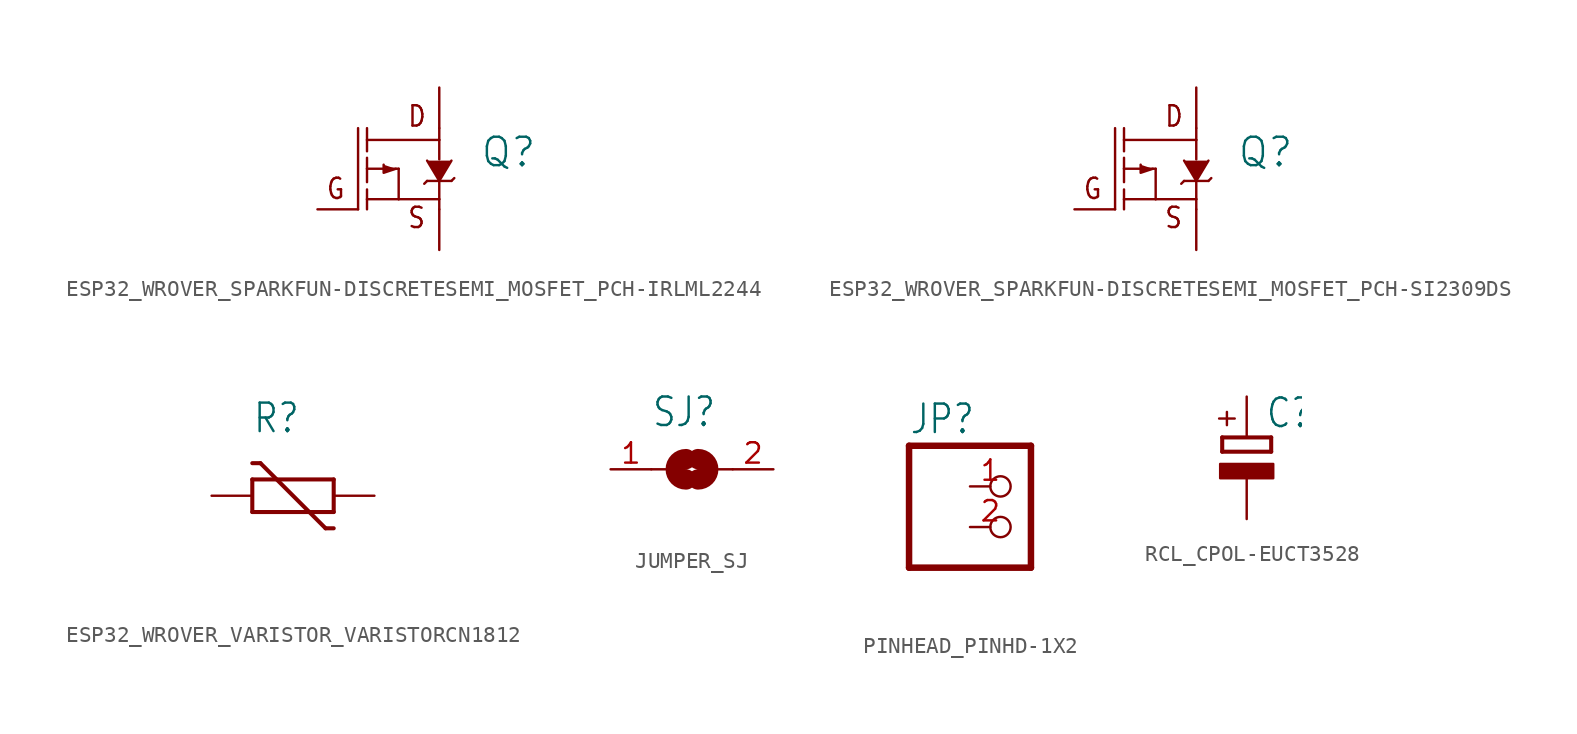
<source format=kicad_sym>
(kicad_symbol_lib
  (version 20220914)
  (generator kicad_symbol_editor)
  (symbol "ESP32_WROVER_SPARKFUN-DISCRETESEMI_MOSFET_PCH-IRLML2244"
    (property "Reference" "Q"
      (at 5.08 0 0)
      (effects (font (size 1.778 1.778)) (justify left bottom)))
    (property "Value" ""
      (at 5.08 -2.54 0)
      (effects (font (size 1.778 1.778)) (justify left bottom)))
    (property "ki_locked" ""
      (at 0 0 0)
      (effects (font (size 1.27 1.27))))
    (symbol "ESP32_WROVER_SPARKFUN-DISCRETESEMI_MOSFET_PCH-IRLML2244_1_0"
      (polyline (pts (xy -2.54 -2.54) (xy -2.54 2.54)) (stroke (width 0.152) (type solid)) (fill (type none)))
      (polyline (pts (xy -1.981 -1.905) (xy -1.981 -2.54)) (stroke (width 0.152) (type solid)) (fill (type none)))
      (polyline (pts (xy -1.981 -1.905) (xy 0 -1.905)) (stroke (width 0.152) (type solid)) (fill (type none)))
      (polyline (pts (xy -1.981 -1.295) (xy -1.981 -1.905)) (stroke (width 0.152) (type solid)) (fill (type none)))
      (polyline (pts (xy -1.981 0) (xy -1.981 -0.838)) (stroke (width 0.152) (type solid)) (fill (type none)))
      (polyline (pts (xy -1.981 0.686) (xy -1.981 0)) (stroke (width 0.152) (type solid)) (fill (type none)))
      (polyline (pts (xy -1.981 1.803) (xy -1.981 1.092)) (stroke (width 0.152) (type solid)) (fill (type none)))
      (polyline (pts (xy -1.981 1.803) (xy 2.54 1.803)) (stroke (width 0.152) (type solid)) (fill (type none)))
      (polyline (pts (xy -1.981 2.54) (xy -1.981 1.803)) (stroke (width 0.152) (type solid)) (fill (type none)))
      (polyline (pts (xy 0 -1.905) (xy 0 0)) (stroke (width 0.152) (type solid)) (fill (type none)))
      (polyline (pts (xy 0 0) (xy -1.981 0)) (stroke (width 0.152) (type solid)) (fill (type none)))
      (polyline (pts (xy 1.778 -0.762) (xy 1.6 -0.94)) (stroke (width 0.152) (type solid)) (fill (type none)))
      (polyline (pts (xy 1.778 -0.762) (xy 3.302 -0.762)) (stroke (width 0.152) (type solid)) (fill (type none)))
      (polyline (pts (xy 2.54 -2.54) (xy 2.54 -1.905)) (stroke (width 0.152) (type solid)) (fill (type none)))
      (polyline (pts (xy 2.54 -1.905) (xy 0 -1.905)) (stroke (width 0.152) (type solid)) (fill (type none)))
      (polyline (pts (xy 2.54 -1.905) (xy 2.54 -0.787)) (stroke (width 0.152) (type solid)) (fill (type none)))
      (polyline (pts (xy 2.54 1.803) (xy 2.54 0.584)) (stroke (width 0.152) (type solid)) (fill (type none)))
      (polyline (pts (xy 2.54 2.54) (xy 2.54 1.803)) (stroke (width 0.152) (type solid)) (fill (type none)))
      (polyline (pts (xy 3.48 -0.584) (xy 3.302 -0.762)) (stroke (width 0.152) (type solid)) (fill (type none)))
      (polyline (pts (xy -0.178 0) (xy -0.94 -0.254) (xy -0.94 0.254)) (stroke (width 0.152) (type solid)) (fill (type outline)))
      (polyline (pts (xy 3.302 0.508) (xy 2.54 -0.762) (xy 1.778 0.508)) (stroke (width 0.152) (type solid)) (fill (type outline)))
      (text "D" (at 0.508 2.54 0) (effects (font (size 1.27 1.079)) (justify left bottom)))
      (text "G" (at -3.302 -0.508 0) (effects (font (size 1.27 1.079)) (justify right top)))
      (text "S" (at 0.508 -3.81 0) (effects (font (size 1.27 1.079)) (justify left bottom)))
      (pin bidirectional line (at -5.08 -2.54 0) (length 2.54) (name "G" (effects (font (size 0 0)))) (number "1" (effects (font (size 0 0)))))
      (pin bidirectional line (at 2.54 -5.08 90) (length 2.54) (name "S" (effects (font (size 0 0)))) (number "2" (effects (font (size 0 0)))))
      (pin bidirectional line (at 2.54 5.08 270) (length 2.54) (name "D" (effects (font (size 0 0)))) (number "3" (effects (font (size 0 0)))))))
  (symbol "ESP32_WROVER_SPARKFUN-DISCRETESEMI_MOSFET_PCH-SI2309DS"
    (property "Reference" "Q"
      (at 5.08 0 0)
      (effects (font (size 1.778 1.778)) (justify left bottom)))
    (property "Value" ""
      (at 5.08 -2.54 0)
      (effects (font (size 1.778 1.778)) (justify left bottom)))
    (property "ki_locked" ""
      (at 0 0 0)
      (effects (font (size 1.27 1.27))))
    (symbol "ESP32_WROVER_SPARKFUN-DISCRETESEMI_MOSFET_PCH-SI2309DS_1_0"
      (polyline (pts (xy -2.54 -2.54) (xy -2.54 2.54)) (stroke (width 0.152) (type solid)) (fill (type none)))
      (polyline (pts (xy -1.981 -1.905) (xy -1.981 -2.54)) (stroke (width 0.152) (type solid)) (fill (type none)))
      (polyline (pts (xy -1.981 -1.905) (xy 0 -1.905)) (stroke (width 0.152) (type solid)) (fill (type none)))
      (polyline (pts (xy -1.981 -1.295) (xy -1.981 -1.905)) (stroke (width 0.152) (type solid)) (fill (type none)))
      (polyline (pts (xy -1.981 0) (xy -1.981 -0.838)) (stroke (width 0.152) (type solid)) (fill (type none)))
      (polyline (pts (xy -1.981 0.686) (xy -1.981 0)) (stroke (width 0.152) (type solid)) (fill (type none)))
      (polyline (pts (xy -1.981 1.803) (xy -1.981 1.092)) (stroke (width 0.152) (type solid)) (fill (type none)))
      (polyline (pts (xy -1.981 1.803) (xy 2.54 1.803)) (stroke (width 0.152) (type solid)) (fill (type none)))
      (polyline (pts (xy -1.981 2.54) (xy -1.981 1.803)) (stroke (width 0.152) (type solid)) (fill (type none)))
      (polyline (pts (xy 0 -1.905) (xy 0 0)) (stroke (width 0.152) (type solid)) (fill (type none)))
      (polyline (pts (xy 0 0) (xy -1.981 0)) (stroke (width 0.152) (type solid)) (fill (type none)))
      (polyline (pts (xy 1.778 -0.762) (xy 1.6 -0.94)) (stroke (width 0.152) (type solid)) (fill (type none)))
      (polyline (pts (xy 1.778 -0.762) (xy 3.302 -0.762)) (stroke (width 0.152) (type solid)) (fill (type none)))
      (polyline (pts (xy 2.54 -2.54) (xy 2.54 -1.905)) (stroke (width 0.152) (type solid)) (fill (type none)))
      (polyline (pts (xy 2.54 -1.905) (xy 0 -1.905)) (stroke (width 0.152) (type solid)) (fill (type none)))
      (polyline (pts (xy 2.54 -1.905) (xy 2.54 -0.787)) (stroke (width 0.152) (type solid)) (fill (type none)))
      (polyline (pts (xy 2.54 1.803) (xy 2.54 0.584)) (stroke (width 0.152) (type solid)) (fill (type none)))
      (polyline (pts (xy 2.54 2.54) (xy 2.54 1.803)) (stroke (width 0.152) (type solid)) (fill (type none)))
      (polyline (pts (xy 3.48 -0.584) (xy 3.302 -0.762)) (stroke (width 0.152) (type solid)) (fill (type none)))
      (polyline (pts (xy -0.178 0) (xy -0.94 -0.254) (xy -0.94 0.254)) (stroke (width 0.152) (type solid)) (fill (type outline)))
      (polyline (pts (xy 3.302 0.508) (xy 2.54 -0.762) (xy 1.778 0.508)) (stroke (width 0.152) (type solid)) (fill (type outline)))
      (text "D" (at 0.508 2.54 0) (effects (font (size 1.27 1.079)) (justify left bottom)))
      (text "G" (at -3.302 -0.508 0) (effects (font (size 1.27 1.079)) (justify right top)))
      (text "S" (at 0.508 -3.81 0) (effects (font (size 1.27 1.079)) (justify left bottom)))
      (pin bidirectional line (at -5.08 -2.54 0) (length 2.54) (name "G" (effects (font (size 0 0)))) (number "1" (effects (font (size 0 0)))))
      (pin bidirectional line (at 2.54 -5.08 90) (length 2.54) (name "S" (effects (font (size 0 0)))) (number "2" (effects (font (size 0 0)))))
      (pin bidirectional line (at 2.54 5.08 270) (length 2.54) (name "D" (effects (font (size 0 0)))) (number "3" (effects (font (size 0 0)))))))
  (symbol "ESP32_WROVER_VARISTOR_VARISTORCN1812"
    (property "Reference" "R"
      (at -2.54 3.81 0)
      (effects (font (size 1.778 1.511)) (justify left bottom)))
    (property "Value" ""
      (at -2.54 -6.35 0)
      (effects (font (size 1.778 1.511)) (justify left bottom)))
    (property "ki_locked" ""
      (at 0 0 0)
      (effects (font (size 1.27 1.27))))
    (symbol "ESP32_WROVER_VARISTOR_VARISTORCN1812_1_0"
      (polyline (pts (xy -2.54 -1.016) (xy -2.54 1.016)) (stroke (width 0.254) (type solid)) (fill (type none)))
      (polyline (pts (xy -2.54 1.016) (xy 2.54 1.016)) (stroke (width 0.254) (type solid)) (fill (type none)))
      (polyline (pts (xy -2.032 2.032) (xy -2.54 2.032)) (stroke (width 0.254) (type solid)) (fill (type none)))
      (polyline (pts (xy 2.032 -2.032) (xy -2.032 2.032)) (stroke (width 0.254) (type solid)) (fill (type none)))
      (polyline (pts (xy 2.54 -2.032) (xy 2.032 -2.032)) (stroke (width 0.254) (type solid)) (fill (type none)))
      (polyline (pts (xy 2.54 -1.016) (xy -2.54 -1.016)) (stroke (width 0.254) (type solid)) (fill (type none)))
      (polyline (pts (xy 2.54 1.016) (xy 2.54 -1.016)) (stroke (width 0.254) (type solid)) (fill (type none)))
      (pin passive line (at 5.08 0 180) (length 2.54) (name "1" (effects (font (size 0 0)))) (number "1" (effects (font (size 0 0)))))
      (pin passive line (at -5.08 0 0) (length 2.54) (name "2" (effects (font (size 0 0)))) (number "2" (effects (font (size 0 0)))))))
  (symbol "JUMPER_SJ"
    (property "Reference" "SJ"
      (at -2.54 2.54 0)
      (effects (font (size 1.778 1.511)) (justify left bottom)))
    (property "Value" ""
      (at -2.54 -3.81 0)
      (effects (font (size 1.778 1.511)) (justify left bottom)))
    (property "ki_locked" ""
      (at 0 0 0)
      (effects (font (size 1.27 1.27))))
    (symbol "JUMPER_SJ_1_0"
      (arc (start -0.3808 0.635) (mid -1.0159 0.0001) (end -0.381 -0.635) (stroke (width 1.27) (type solid)) (fill (type none)))
      (polyline (pts (xy -2.54 0) (xy -1.651 0)) (stroke (width 0.152) (type solid)) (fill (type none)))
      (polyline (pts (xy 2.54 0) (xy 1.651 0)) (stroke (width 0.152) (type solid)) (fill (type none)))
      (arc (start 0.3808 -0.635) (mid 1.0159 -0.0001) (end 0.381 0.635) (stroke (width 1.27) (type solid)) (fill (type none)))
      (pin passive line (at -5.08 0 0) (length 2.54) (name "1" (effects (font (size 0 0)))) (number "1" (effects (font (size 1.27 1.27)))))
      (pin passive line (at 5.08 0 180) (length 2.54) (name "2" (effects (font (size 0 0)))) (number "2" (effects (font (size 1.27 1.27)))))))
  (symbol "PINHEAD_PINHD-1X2"
    (property "Reference" "JP"
      (at -6.35 5.715 0)
      (effects (font (size 1.778 1.511)) (justify left bottom)))
    (property "Value" ""
      (at -6.35 -5.08 0)
      (effects (font (size 1.778 1.511)) (justify left bottom)))
    (property "ki_locked" ""
      (at 0 0 0)
      (effects (font (size 1.27 1.27))))
    (symbol "PINHEAD_PINHD-1X2_1_0"
      (polyline (pts (xy -6.35 -2.54) (xy 1.27 -2.54)) (stroke (width 0.406) (type solid)) (fill (type none)))
      (polyline (pts (xy -6.35 5.08) (xy -6.35 -2.54)) (stroke (width 0.406) (type solid)) (fill (type none)))
      (polyline (pts (xy 1.27 -2.54) (xy 1.27 5.08)) (stroke (width 0.406) (type solid)) (fill (type none)))
      (polyline (pts (xy 1.27 5.08) (xy -6.35 5.08)) (stroke (width 0.406) (type solid)) (fill (type none)))
      (pin passive inverted (at -2.54 2.54 0) (length 2.54) (name "1" (effects (font (size 0 0)))) (number "1" (effects (font (size 1.27 1.27)))))
      (pin passive inverted (at -2.54 0 0) (length 2.54) (name "2" (effects (font (size 0 0)))) (number "2" (effects (font (size 1.27 1.27)))))))
  (symbol "RCL_CPOL-EUCT3528"
    (property "Reference" "C"
      (at 1.143 0.483 0)
      (effects (font (size 1.778 1.511)) (justify left bottom)))
    (property "Value" ""
      (at 1.143 -4.597 0)
      (effects (font (size 1.778 1.511)) (justify left bottom)))
    (property "ki_locked" ""
      (at 0 0 0)
      (effects (font (size 1.27 1.27))))
    (symbol "RCL_CPOL-EUCT3528_1_0"
      (rectangle (start -1.651 -2.54) (end 1.651 -1.651) (stroke (width 0) (type default)) (fill (type outline)))
      (polyline (pts (xy -1.524 -0.889) (xy 1.524 -0.889)) (stroke (width 0.254) (type solid)) (fill (type none)))
      (polyline (pts (xy -1.524 0) (xy -1.524 -0.889)) (stroke (width 0.254) (type solid)) (fill (type none)))
      (polyline (pts (xy -1.524 0) (xy 1.524 0)) (stroke (width 0.254) (type solid)) (fill (type none)))
      (polyline (pts (xy 1.524 -0.889) (xy 1.524 0)) (stroke (width 0.254) (type solid)) (fill (type none)))
      (text "+" (at -0.584 0.406 900) (effects (font (size 1.27 1.079)) (justify left bottom)))
      (pin passive line (at 0 2.54 270) (length 2.54) (name "+" (effects (font (size 0 0)))) (number "+" (effects (font (size 0 0)))))
      (pin passive line (at 0 -5.08 90) (length 2.54) (name "-" (effects (font (size 0 0)))) (number "-" (effects (font (size 0 0))))))))
</source>
